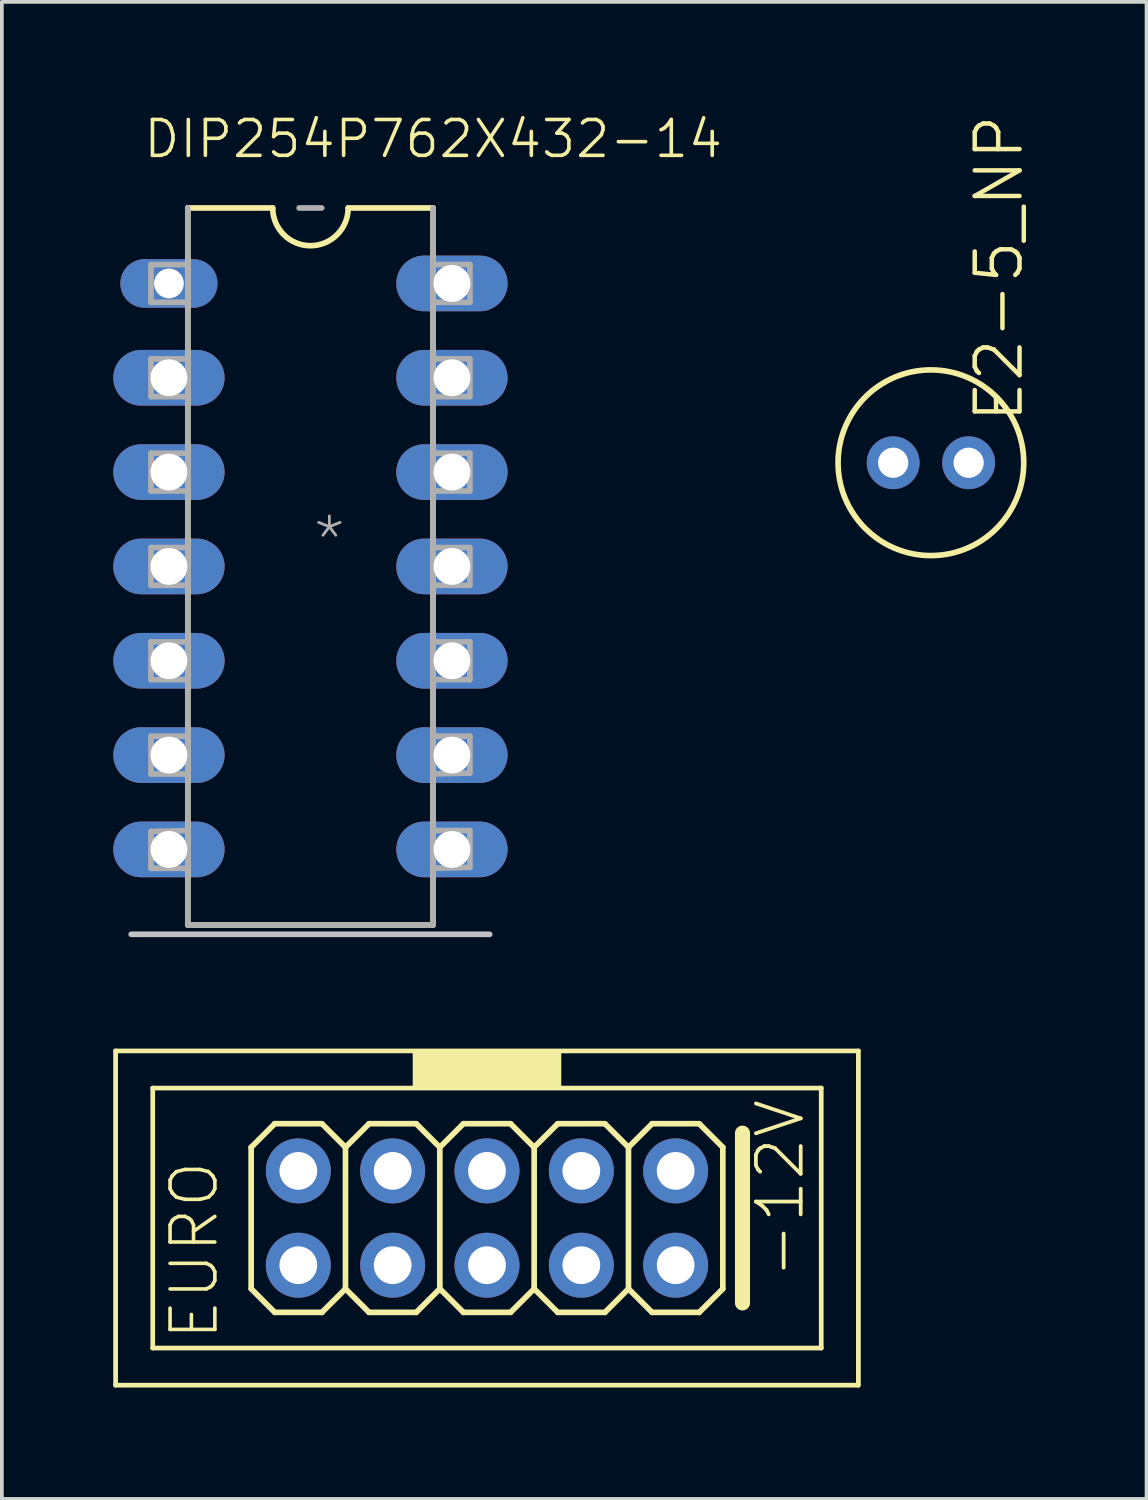
<source format=kicad_pcb>
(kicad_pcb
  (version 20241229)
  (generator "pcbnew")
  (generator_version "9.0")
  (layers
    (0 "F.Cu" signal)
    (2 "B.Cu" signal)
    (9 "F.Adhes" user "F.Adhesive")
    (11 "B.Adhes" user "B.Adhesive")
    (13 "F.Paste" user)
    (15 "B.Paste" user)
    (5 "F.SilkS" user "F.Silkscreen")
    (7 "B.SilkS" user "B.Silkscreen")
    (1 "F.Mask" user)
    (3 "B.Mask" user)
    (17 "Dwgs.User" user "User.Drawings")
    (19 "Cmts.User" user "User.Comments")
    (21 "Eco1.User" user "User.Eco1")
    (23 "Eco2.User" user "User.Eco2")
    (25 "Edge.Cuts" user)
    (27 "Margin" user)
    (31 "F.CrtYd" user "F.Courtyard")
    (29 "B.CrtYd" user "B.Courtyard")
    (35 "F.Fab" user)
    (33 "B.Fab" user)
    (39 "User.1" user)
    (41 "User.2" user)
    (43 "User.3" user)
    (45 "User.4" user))
  (footprint "DIP254P762X432-14"
    (layer "F.Cu")
    (at 5.309 12.202)
    (property "Reference" "DIP254P762X432-14" (at -4.547 -10.947 0) (layer "F.SilkS") (effects (font (size 0.965 0.965) (thickness 0.097)) (justify left bottom)))
    (attr through_hole)
    (fp_line (start -3.302 -9.652) (end -3.302 9.652) (stroke (width 0.152) (type solid)) (layer "F.SilkS"))
    (fp_line (start -3.302 9.652) (end 3.302 9.652) (stroke (width 0.152) (type solid)) (layer "F.SilkS"))
    (fp_line (start -1.016 -9.652) (end -3.302 -9.652) (stroke (width 0.152) (type solid)) (layer "F.SilkS"))
    (fp_line (start 1.016 -9.652) (end 3.302 -9.652) (stroke (width 0.152) (type solid)) (layer "F.SilkS"))
    (fp_line (start 3.302 9.652) (end 3.302 -9.652) (stroke (width 0.152) (type solid)) (layer "F.SilkS"))
    (fp_arc (start 1.016 -9.652) (mid 0 -8.636) (end -1.016 -9.652) (stroke (width 0.1524) (type solid)) (layer "F.SilkS"))
    (fp_line (start -4.826 9.906) (end 4.826 9.906) (stroke (width 0.152) (type solid)) (layer "Dwgs.User"))
    (fp_line (start -4.293 -8.128) (end -4.293 -7.112) (stroke (width 0.152) (type solid)) (layer "F.Fab"))
    (fp_line (start -4.293 -7.112) (end -3.302 -7.112) (stroke (width 0.152) (type solid)) (layer "F.Fab"))
    (fp_line (start -4.293 -5.588) (end -4.293 -4.572) (stroke (width 0.152) (type solid)) (layer "F.Fab"))
    (fp_line (start -4.293 -4.572) (end -3.302 -4.572) (stroke (width 0.152) (type solid)) (layer "F.Fab"))
    (fp_line (start -4.293 -3.048) (end -4.293 -2.032) (stroke (width 0.152) (type solid)) (layer "F.Fab"))
    (fp_line (start -4.293 -2.032) (end -3.302 -2.032) (stroke (width 0.152) (type solid)) (layer "F.Fab"))
    (fp_line (start -4.293 -0.508) (end -4.293 0.508) (stroke (width 0.152) (type solid)) (layer "F.Fab"))
    (fp_line (start -4.293 0.508) (end -3.302 0.508) (stroke (width 0.152) (type solid)) (layer "F.Fab"))
    (fp_line (start -4.293 2.032) (end -4.293 3.048) (stroke (width 0.152) (type solid)) (layer "F.Fab"))
    (fp_line (start -4.293 3.048) (end -3.302 3.048) (stroke (width 0.152) (type solid)) (layer "F.Fab"))
    (fp_line (start -4.293 4.572) (end -4.293 5.588) (stroke (width 0.152) (type solid)) (layer "F.Fab"))
    (fp_line (start -4.293 5.588) (end -3.302 5.588) (stroke (width 0.152) (type solid)) (layer "F.Fab"))
    (fp_line (start -4.293 7.137) (end -4.293 8.128) (stroke (width 0.152) (type solid)) (layer "F.Fab"))
    (fp_line (start -4.293 8.128) (end -3.302 8.128) (stroke (width 0.152) (type solid)) (layer "F.Fab"))
    (fp_line (start -3.302 -9.652) (end -3.302 9.652) (stroke (width 0.152) (type solid)) (layer "F.Fab"))
    (fp_line (start -3.302 -8.128) (end -4.293 -8.128) (stroke (width 0.152) (type solid)) (layer "F.Fab"))
    (fp_line (start -3.302 -7.112) (end -3.302 -8.128) (stroke (width 0.152) (type solid)) (layer "F.Fab"))
    (fp_line (start -3.302 -5.588) (end -4.293 -5.588) (stroke (width 0.152) (type solid)) (layer "F.Fab"))
    (fp_line (start -3.302 -4.572) (end -3.302 -5.588) (stroke (width 0.152) (type solid)) (layer "F.Fab"))
    (fp_line (start -3.302 -3.048) (end -4.293 -3.048) (stroke (width 0.152) (type solid)) (layer "F.Fab"))
    (fp_line (start -3.302 -2.032) (end -3.302 -3.048) (stroke (width 0.152) (type solid)) (layer "F.Fab"))
    (fp_line (start -3.302 -0.508) (end -4.293 -0.508) (stroke (width 0.152) (type solid)) (layer "F.Fab"))
    (fp_line (start -3.302 0.508) (end -3.302 -0.508) (stroke (width 0.152) (type solid)) (layer "F.Fab"))
    (fp_line (start -3.302 2.032) (end -4.293 2.032) (stroke (width 0.152) (type solid)) (layer "F.Fab"))
    (fp_line (start -3.302 3.048) (end -3.302 2.032) (stroke (width 0.152) (type solid)) (layer "F.Fab"))
    (fp_line (start -3.302 4.572) (end -4.293 4.572) (stroke (width 0.152) (type solid)) (layer "F.Fab"))
    (fp_line (start -3.302 5.588) (end -3.302 4.572) (stroke (width 0.152) (type solid)) (layer "F.Fab"))
    (fp_line (start -3.302 7.112) (end -4.293 7.137) (stroke (width 0.152) (type solid)) (layer "F.Fab"))
    (fp_line (start -3.302 8.128) (end -3.302 7.112) (stroke (width 0.152) (type solid)) (layer "F.Fab"))
    (fp_line (start -3.302 9.652) (end 3.302 9.652) (stroke (width 0.152) (type solid)) (layer "F.Fab"))
    (fp_line (start 0.305 -9.652) (end -0.305 -9.652) (stroke (width 0.152) (type solid)) (layer "F.Fab"))
    (fp_line (start 3.302 -8.128) (end 3.302 -7.112) (stroke (width 0.152) (type solid)) (layer "F.Fab"))
    (fp_line (start 3.302 -7.112) (end 4.293 -7.112) (stroke (width 0.152) (type solid)) (layer "F.Fab"))
    (fp_line (start 3.302 -5.588) (end 3.302 -4.572) (stroke (width 0.152) (type solid)) (layer "F.Fab"))
    (fp_line (start 3.302 -4.572) (end 4.293 -4.572) (stroke (width 0.152) (type solid)) (layer "F.Fab"))
    (fp_line (start 3.302 -3.048) (end 3.302 -2.032) (stroke (width 0.152) (type solid)) (layer "F.Fab"))
    (fp_line (start 3.302 -2.032) (end 4.293 -2.032) (stroke (width 0.152) (type solid)) (layer "F.Fab"))
    (fp_line (start 3.302 -0.508) (end 3.302 0.508) (stroke (width 0.152) (type solid)) (layer "F.Fab"))
    (fp_line (start 3.302 0.508) (end 4.293 0.508) (stroke (width 0.152) (type solid)) (layer "F.Fab"))
    (fp_line (start 3.302 2.032) (end 3.302 3.048) (stroke (width 0.152) (type solid)) (layer "F.Fab"))
    (fp_line (start 3.302 3.048) (end 4.293 3.048) (stroke (width 0.152) (type solid)) (layer "F.Fab"))
    (fp_line (start 3.302 4.572) (end 3.302 5.588) (stroke (width 0.152) (type solid)) (layer "F.Fab"))
    (fp_line (start 3.302 5.588) (end 4.293 5.563) (stroke (width 0.152) (type solid)) (layer "F.Fab"))
    (fp_line (start 3.302 7.112) (end 3.302 8.128) (stroke (width 0.152) (type solid)) (layer "F.Fab"))
    (fp_line (start 3.302 8.128) (end 4.293 8.103) (stroke (width 0.152) (type solid)) (layer "F.Fab"))
    (fp_line (start 3.302 9.652) (end 3.302 -9.652) (stroke (width 0.152) (type solid)) (layer "F.Fab"))
    (fp_line (start 4.293 -8.128) (end 3.302 -8.128) (stroke (width 0.152) (type solid)) (layer "F.Fab"))
    (fp_line (start 4.293 -7.112) (end 4.293 -8.128) (stroke (width 0.152) (type solid)) (layer "F.Fab"))
    (fp_line (start 4.293 -5.588) (end 3.302 -5.588) (stroke (width 0.152) (type solid)) (layer "F.Fab"))
    (fp_line (start 4.293 -4.572) (end 4.293 -5.588) (stroke (width 0.152) (type solid)) (layer "F.Fab"))
    (fp_line (start 4.293 -3.048) (end 3.302 -3.048) (stroke (width 0.152) (type solid)) (layer "F.Fab"))
    (fp_line (start 4.293 -2.032) (end 4.293 -3.048) (stroke (width 0.152) (type solid)) (layer "F.Fab"))
    (fp_line (start 4.293 -0.508) (end 3.302 -0.508) (stroke (width 0.152) (type solid)) (layer "F.Fab"))
    (fp_line (start 4.293 0.508) (end 4.293 -0.508) (stroke (width 0.152) (type solid)) (layer "F.Fab"))
    (fp_line (start 4.293 2.032) (end 3.302 2.032) (stroke (width 0.152) (type solid)) (layer "F.Fab"))
    (fp_line (start 4.293 3.048) (end 4.293 2.032) (stroke (width 0.152) (type solid)) (layer "F.Fab"))
    (fp_line (start 4.293 4.572) (end 3.302 4.572) (stroke (width 0.152) (type solid)) (layer "F.Fab"))
    (fp_line (start 4.293 5.563) (end 4.293 4.572) (stroke (width 0.152) (type solid)) (layer "F.Fab"))
    (fp_line (start 4.293 7.112) (end 3.302 7.112) (stroke (width 0.152) (type solid)) (layer "F.Fab"))
    (fp_line (start 4.293 8.103) (end 4.293 7.112) (stroke (width 0.152) (type solid)) (layer "F.Fab"))
    (fp_text user "*" (at 0 0 0) (layer "F.Fab") (effects (font (size 1.206 1.206) (thickness 0.076)) (justify left bottom)))
    (pad "1" thru_hole oval (at -3.81 -7.62) (size 2.616 1.308) (drill 0.8) (layers "*.Cu" "*.Mask"))
    (pad "2" thru_hole oval (at -3.81 -5.08) (size 2.997 1.499) (drill 0.991) (layers "*.Cu" "*.Mask"))
    (pad "3" thru_hole oval (at -3.81 -2.54) (size 2.997 1.499) (drill 0.991) (layers "*.Cu" "*.Mask"))
    (pad "4" thru_hole oval (at -3.81 0) (size 2.997 1.499) (drill 0.991) (layers "*.Cu" "*.Mask"))
    (pad "5" thru_hole oval (at -3.81 2.54) (size 2.997 1.499) (drill 0.991) (layers "*.Cu" "*.Mask"))
    (pad "6" thru_hole oval (at -3.81 5.08) (size 2.997 1.499) (drill 0.991) (layers "*.Cu" "*.Mask"))
    (pad "7" thru_hole oval (at -3.81 7.62) (size 2.997 1.499) (drill 0.991) (layers "*.Cu" "*.Mask"))
    (pad "8" thru_hole oval (at 3.81 7.62) (size 2.997 1.499) (drill 0.991) (layers "*.Cu" "*.Mask"))
    (pad "9" thru_hole oval (at 3.81 5.08) (size 2.997 1.499) (drill 0.991) (layers "*.Cu" "*.Mask"))
    (pad "10" thru_hole oval (at 3.81 2.54) (size 2.997 1.499) (drill 0.991) (layers "*.Cu" "*.Mask"))
    (pad "11" thru_hole oval (at 3.81 0) (size 2.997 1.499) (drill 0.991) (layers "*.Cu" "*.Mask"))
    (pad "12" thru_hole oval (at 3.81 -2.54) (size 2.997 1.499) (drill 0.991) (layers "*.Cu" "*.Mask"))
    (pad "13" thru_hole oval (at 3.81 -5.08) (size 2.997 1.499) (drill 0.991) (layers "*.Cu" "*.Mask"))
    (pad "14" thru_hole oval (at 3.81 -7.62) (size 2.997 1.499) (drill 0.991) (layers "*.Cu" "*.Mask")))
  (footprint "E2-5_NP"
    (layer "F.Cu")
    (at 22.016 9.41)
    (property "Reference" "E2-5_NP" (at 2.54 -1.016 90) (layer "F.SilkS") (effects (font (size 1.206 1.206) (thickness 0.121)) (justify left bottom)))
    (attr through_hole)
    (fp_circle (center 0 0) (end 2.5 0) (stroke (width 0.152) (type solid)) (fill no) (layer "F.SilkS"))
    (pad "+" thru_hole circle (at -1.016 0) (size 1.422 1.422) (drill 0.813) (layers "*.Cu" "*.Mask"))
    (pad "-" thru_hole circle (at 1.016 0) (size 1.422 1.422) (drill 0.813) (layers "*.Cu" "*.Mask")))
  (footprint "EURO"
    (layer "F.Cu")
    (at 10.063 29.748)
    (property "Reference" "EURO" (at -7.175 3.35 90) (layer "F.SilkS") (effects (font (size 1.206 1.206) (thickness 0.097)) (justify left bottom)))
    (attr through_hole)
    (fp_line (start -10 -4.5) (end -10 4.5) (stroke (width 0.127) (type solid)) (layer "F.SilkS"))
    (fp_line (start -10 -4.5) (end 10 -4.5) (stroke (width 0.127) (type solid)) (layer "F.SilkS"))
    (fp_line (start -9 -3.5) (end 9 -3.5) (stroke (width 0.127) (type solid)) (layer "F.SilkS"))
    (fp_line (start -9 3.5) (end -9 -3.5) (stroke (width 0.127) (type solid)) (layer "F.SilkS"))
    (fp_line (start -6.35 -1.905) (end -5.715 -2.54) (stroke (width 0.152) (type solid)) (layer "F.SilkS"))
    (fp_line (start -6.35 1.905) (end -6.35 -1.905) (stroke (width 0.152) (type solid)) (layer "F.SilkS"))
    (fp_line (start -6.35 1.905) (end -5.715 2.54) (stroke (width 0.152) (type solid)) (layer "F.SilkS"))
    (fp_line (start -5.715 -2.54) (end -4.445 -2.54) (stroke (width 0.152) (type solid)) (layer "F.SilkS"))
    (fp_line (start -5.715 2.54) (end -4.445 2.54) (stroke (width 0.152) (type solid)) (layer "F.SilkS"))
    (fp_line (start -4.445 -2.54) (end -3.81 -1.905) (stroke (width 0.152) (type solid)) (layer "F.SilkS"))
    (fp_line (start -4.445 2.54) (end -3.81 1.905) (stroke (width 0.152) (type solid)) (layer "F.SilkS"))
    (fp_line (start -3.81 -1.905) (end -3.81 1.905) (stroke (width 0.152) (type solid)) (layer "F.SilkS"))
    (fp_line (start -3.81 -1.905) (end -3.175 -2.54) (stroke (width 0.152) (type solid)) (layer "F.SilkS"))
    (fp_line (start -3.81 1.905) (end -3.175 2.54) (stroke (width 0.152) (type solid)) (layer "F.SilkS"))
    (fp_line (start -3.175 -2.54) (end -1.905 -2.54) (stroke (width 0.152) (type solid)) (layer "F.SilkS"))
    (fp_line (start -3.175 2.54) (end -1.905 2.54) (stroke (width 0.152) (type solid)) (layer "F.SilkS"))
    (fp_line (start -1.905 -2.54) (end -1.27 -1.905) (stroke (width 0.152) (type solid)) (layer "F.SilkS"))
    (fp_line (start -1.905 2.54) (end -1.27 1.905) (stroke (width 0.152) (type solid)) (layer "F.SilkS"))
    (fp_line (start -1.27 -1.905) (end -1.27 1.905) (stroke (width 0.152) (type solid)) (layer "F.SilkS"))
    (fp_line (start -1.27 -1.905) (end -0.635 -2.54) (stroke (width 0.152) (type solid)) (layer "F.SilkS"))
    (fp_line (start -1.27 1.905) (end -0.635 2.54) (stroke (width 0.152) (type solid)) (layer "F.SilkS"))
    (fp_line (start -0.635 -2.54) (end 0.635 -2.54) (stroke (width 0.152) (type solid)) (layer "F.SilkS"))
    (fp_line (start -0.635 2.54) (end 0.635 2.54) (stroke (width 0.152) (type solid)) (layer "F.SilkS"))
    (fp_line (start 0.635 -2.54) (end 1.27 -1.905) (stroke (width 0.152) (type solid)) (layer "F.SilkS"))
    (fp_line (start 0.635 2.54) (end 1.27 1.905) (stroke (width 0.152) (type solid)) (layer "F.SilkS"))
    (fp_line (start 1.27 -1.905) (end 1.27 1.905) (stroke (width 0.152) (type solid)) (layer "F.SilkS"))
    (fp_line (start 1.27 -1.905) (end 1.905 -2.54) (stroke (width 0.152) (type solid)) (layer "F.SilkS"))
    (fp_line (start 1.27 1.905) (end 1.905 2.54) (stroke (width 0.152) (type solid)) (layer "F.SilkS"))
    (fp_line (start 1.905 -2.54) (end 3.175 -2.54) (stroke (width 0.152) (type solid)) (layer "F.SilkS"))
    (fp_line (start 1.905 2.54) (end 3.175 2.54) (stroke (width 0.152) (type solid)) (layer "F.SilkS"))
    (fp_line (start 3.175 -2.54) (end 3.81 -1.905) (stroke (width 0.152) (type solid)) (layer "F.SilkS"))
    (fp_line (start 3.175 2.54) (end 3.81 1.905) (stroke (width 0.152) (type solid)) (layer "F.SilkS"))
    (fp_line (start 3.81 -1.905) (end 3.81 1.905) (stroke (width 0.152) (type solid)) (layer "F.SilkS"))
    (fp_line (start 3.81 -1.905) (end 4.445 -2.54) (stroke (width 0.152) (type solid)) (layer "F.SilkS"))
    (fp_line (start 3.81 1.905) (end 4.445 2.54) (stroke (width 0.152) (type solid)) (layer "F.SilkS"))
    (fp_line (start 4.445 -2.54) (end 5.715 -2.54) (stroke (width 0.152) (type solid)) (layer "F.SilkS"))
    (fp_line (start 4.445 2.54) (end 5.715 2.54) (stroke (width 0.152) (type solid)) (layer "F.SilkS"))
    (fp_line (start 5.715 -2.54) (end 6.35 -1.905) (stroke (width 0.152) (type solid)) (layer "F.SilkS"))
    (fp_line (start 5.715 2.54) (end 6.35 1.905) (stroke (width 0.152) (type solid)) (layer "F.SilkS"))
    (fp_line (start 6.35 -1.905) (end 6.35 1.905) (stroke (width 0.152) (type solid)) (layer "F.SilkS"))
    (fp_line (start 6.88 -2.286) (end 6.88 2.286) (stroke (width 0.406) (type solid)) (layer "F.SilkS"))
    (fp_line (start 9 -3.5) (end 9 3.5) (stroke (width 0.127) (type solid)) (layer "F.SilkS"))
    (fp_line (start 9 3.5) (end -9 3.5) (stroke (width 0.127) (type solid)) (layer "F.SilkS"))
    (fp_line (start 10 -4.5) (end 10 4.5) (stroke (width 0.127) (type solid)) (layer "F.SilkS"))
    (fp_line (start 10 4.5) (end -10 4.5) (stroke (width 0.127) (type solid)) (layer "F.SilkS"))
    (fp_poly (pts (xy -5.334 -1.016) (xy -4.826 -1.016) (xy -4.826 -1.524) (xy -5.334 -1.524)) (stroke (width 0) (type solid)) (fill yes) (layer "F.SilkS"))
    (fp_poly (pts (xy -2 -3.5) (xy 2 -3.5) (xy 2 -4.5) (xy -2 -4.5)) (stroke (width 0) (type solid)) (fill yes) (layer "F.SilkS"))
    (fp_poly (pts (xy -4.826 -1.524) (xy -5.334 -1.524) (xy -5.334 -1.016) (xy -4.826 -1.016)) (stroke (width 0.1) (type solid)) (fill no) (layer "F.Fab"))
    (fp_poly (pts (xy -4.826 1.016) (xy -5.334 1.016) (xy -5.334 1.524) (xy -4.826 1.524)) (stroke (width 0.1) (type solid)) (fill no) (layer "F.Fab"))
    (fp_poly (pts (xy -2.286 -1.524) (xy -2.794 -1.524) (xy -2.794 -1.016) (xy -2.286 -1.016)) (stroke (width 0.1) (type solid)) (fill no) (layer "F.Fab"))
    (fp_poly (pts (xy -2.286 1.016) (xy -2.794 1.016) (xy -2.794 1.524) (xy -2.286 1.524)) (stroke (width 0.1) (type solid)) (fill no) (layer "F.Fab"))
    (fp_poly (pts (xy 0.254 -1.524) (xy -0.254 -1.524) (xy -0.254 -1.016) (xy 0.254 -1.016)) (stroke (width 0.1) (type solid)) (fill no) (layer "F.Fab"))
    (fp_poly (pts (xy 0.254 1.016) (xy -0.254 1.016) (xy -0.254 1.524) (xy 0.254 1.524)) (stroke (width 0.1) (type solid)) (fill no) (layer "F.Fab"))
    (fp_poly (pts (xy 2.794 -1.524) (xy 2.286 -1.524) (xy 2.286 -1.016) (xy 2.794 -1.016)) (stroke (width 0.1) (type solid)) (fill no) (layer "F.Fab"))
    (fp_poly (pts (xy 2.794 1.016) (xy 2.286 1.016) (xy 2.286 1.524) (xy 2.794 1.524)) (stroke (width 0.1) (type solid)) (fill no) (layer "F.Fab"))
    (fp_poly (pts (xy 5.334 -1.524) (xy 4.826 -1.524) (xy 4.826 -1.016) (xy 5.334 -1.016)) (stroke (width 0.1) (type solid)) (fill no) (layer "F.Fab"))
    (fp_text user "-12V" (at 8.6 1.69 90) (layer "F.SilkS") (effects (font (size 1.206 1.206) (thickness 0.102)) (justify left bottom)))
    (pad "1" thru_hole circle (at -5.08 1.27) (size 1.75 1.75) (drill 1.016) (layers "*.Cu" "*.Mask"))
    (pad "2" thru_hole circle (at -5.08 -1.27) (size 1.75 1.75) (drill 1.016) (layers "*.Cu" "*.Mask"))
    (pad "3" thru_hole circle (at -2.54 1.27) (size 1.75 1.75) (drill 1.016) (layers "*.Cu" "*.Mask"))
    (pad "4" thru_hole circle (at -2.54 -1.27) (size 1.75 1.75) (drill 1.016) (layers "*.Cu" "*.Mask"))
    (pad "5" thru_hole circle (at 0 1.27) (size 1.75 1.75) (drill 1.016) (layers "*.Cu" "*.Mask"))
    (pad "6" thru_hole circle (at 0 -1.27) (size 1.75 1.75) (drill 1.016) (layers "*.Cu" "*.Mask"))
    (pad "7" thru_hole circle (at 2.54 1.27) (size 1.75 1.75) (drill 1.016) (layers "*.Cu" "*.Mask"))
    (pad "8" thru_hole circle (at 2.54 -1.27) (size 1.75 1.75) (drill 1.016) (layers "*.Cu" "*.Mask"))
    (pad "9" thru_hole circle (at 5.08 1.27) (size 1.75 1.75) (drill 1.016) (layers "*.Cu" "*.Mask"))
    (pad "10" thru_hole circle (at 5.08 -1.27) (size 1.75 1.75) (drill 1.016) (layers "*.Cu" "*.Mask")))
  (gr_rect
    (start -3 -3)
    (end 27.822 37.311)
    (stroke (width 0.1) (type default))
    (fill no)
    (layer "Edge.Cuts")))
</source>
